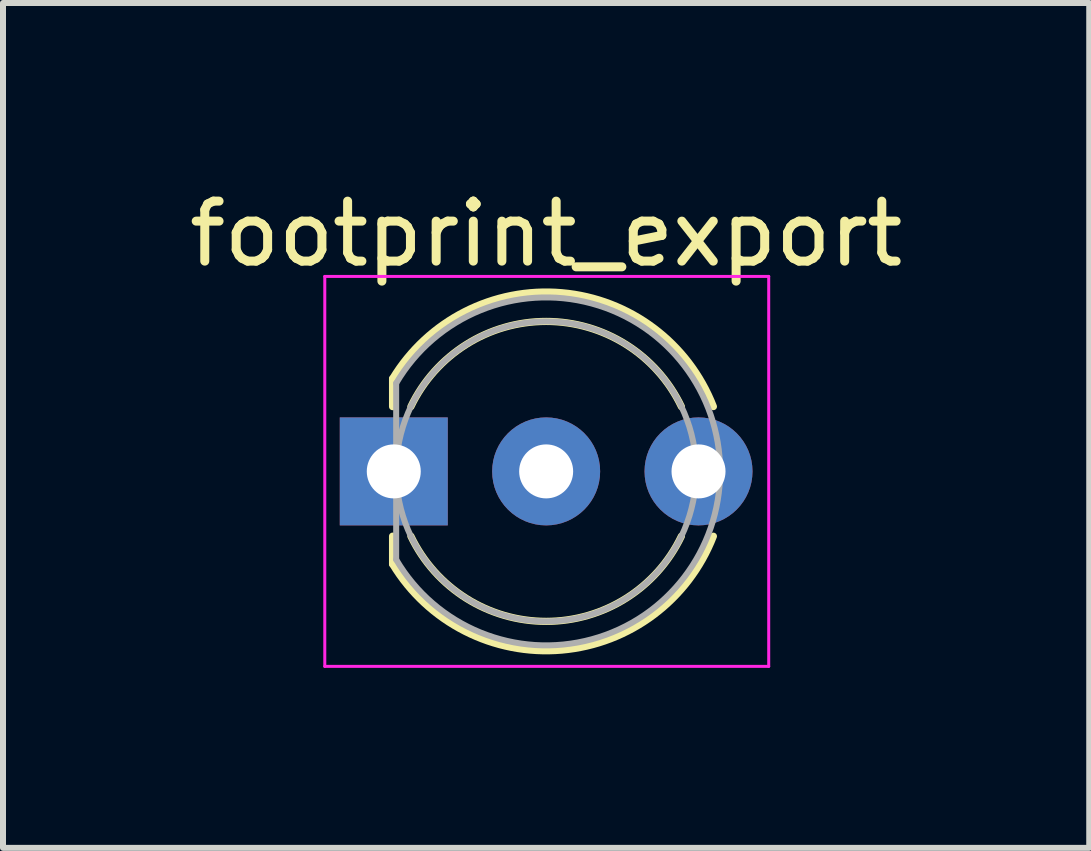
<source format=kicad_pcb>
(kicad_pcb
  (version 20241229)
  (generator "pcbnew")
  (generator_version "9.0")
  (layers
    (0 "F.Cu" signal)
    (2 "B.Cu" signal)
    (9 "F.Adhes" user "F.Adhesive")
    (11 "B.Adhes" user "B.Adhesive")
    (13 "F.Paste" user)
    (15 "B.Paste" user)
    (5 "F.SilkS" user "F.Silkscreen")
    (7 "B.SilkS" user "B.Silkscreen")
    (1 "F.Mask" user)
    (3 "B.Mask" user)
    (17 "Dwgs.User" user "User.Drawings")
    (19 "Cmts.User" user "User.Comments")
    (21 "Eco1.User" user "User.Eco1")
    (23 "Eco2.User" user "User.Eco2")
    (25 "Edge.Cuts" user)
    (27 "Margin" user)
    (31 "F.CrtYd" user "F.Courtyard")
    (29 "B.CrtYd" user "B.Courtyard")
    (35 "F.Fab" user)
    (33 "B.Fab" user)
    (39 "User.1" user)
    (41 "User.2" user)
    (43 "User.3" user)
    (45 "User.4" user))
  (footprint "footprint_export"
    (layer "F.Cu")
    (at 3.514 4.808)
    (property "Reference" "footprint_export" (at 2.54 -3.96 0) (layer "F.SilkS") (effects (font (size 1 1) (thickness 0.15))))
    (attr through_hole)
    (fp_line (start -0.02 -1.545) (end -0.02 -1.08) (stroke (width 0.12) (type solid)) (layer "F.SilkS"))
    (fp_line (start -0.02 1.08) (end -0.02 1.545) (stroke (width 0.12) (type solid)) (layer "F.SilkS"))
    (fp_arc (start -0.02 -1.54483) (mid 2.798456 -2.978809) (end 5.327815 -1.080827) (stroke (width 0.12) (type solid)) (layer "F.SilkS"))
    (fp_arc (start 0.285316 -1.08) (mid 2.539762 -2.5) (end 4.794479 -1.080429) (stroke (width 0.12) (type solid)) (layer "F.SilkS"))
    (fp_arc (start 4.794479 1.080429) (mid 2.539762 2.5) (end 0.285316 1.08) (stroke (width 0.12) (type solid)) (layer "F.SilkS"))
    (fp_arc (start 5.327815 1.080827) (mid 2.798456 2.978808) (end -0.02 1.54483) (stroke (width 0.12) (type solid)) (layer "F.SilkS"))
    (fp_line (start -1.15 -3.25) (end -1.15 3.25) (stroke (width 0.05) (type solid)) (layer "F.CrtYd"))
    (fp_line (start -1.15 3.25) (end 6.25 3.25) (stroke (width 0.05) (type solid)) (layer "F.CrtYd"))
    (fp_line (start 6.25 -3.25) (end -1.15 -3.25) (stroke (width 0.05) (type solid)) (layer "F.CrtYd"))
    (fp_line (start 6.25 3.25) (end 6.25 -3.25) (stroke (width 0.05) (type solid)) (layer "F.CrtYd"))
    (fp_line (start 0.04 -1.47) (end 0.04 1.47) (stroke (width 0.1) (type solid)) (layer "F.Fab"))
    (fp_arc (start 0.04 -1.469694) (mid 5.44 0.000016) (end 0.039984 1.469666) (stroke (width 0.1) (type solid)) (layer "F.Fab"))
    (fp_circle (center 2.54 0) (end 5.04 0) (stroke (width 0.1) (type solid)) (fill no) (layer "F.Fab"))
    (pad "1" thru_hole rect (at 0 0) (size 1.8 1.8) (drill 0.9) (layers "*.Cu" "*.Mask"))
    (pad "2" thru_hole circle (at 2.54 0) (size 1.8 1.8) (drill 0.9) (layers "*.Cu" "*.Mask"))
    (pad "3" thru_hole circle (at 5.08 0) (size 1.8 1.8) (drill 0.9) (layers "*.Cu" "*.Mask")))
  (gr_rect
    (start -3 -3)
    (end 15.107 11.083)
    (stroke (width 0.1) (type default))
    (fill no)
    (layer "Edge.Cuts")))
</source>
